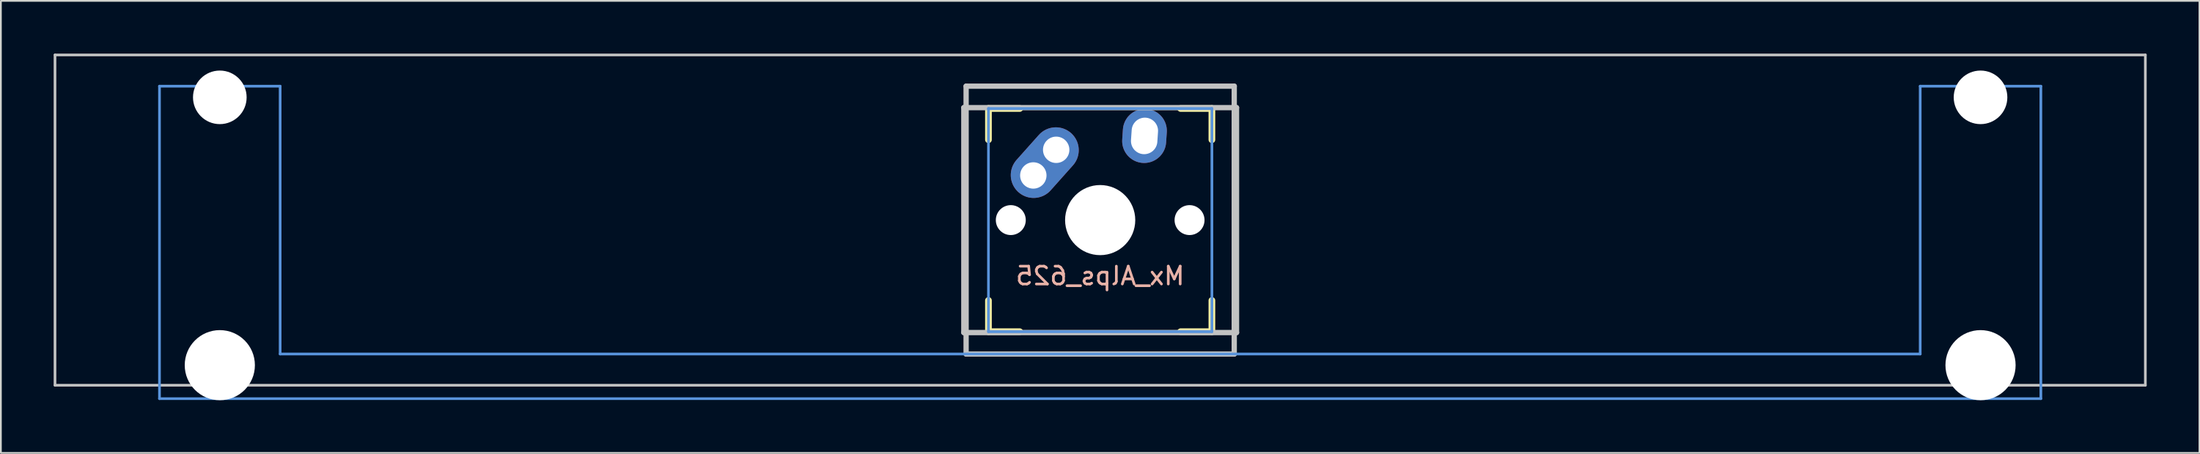
<source format=kicad_pcb>
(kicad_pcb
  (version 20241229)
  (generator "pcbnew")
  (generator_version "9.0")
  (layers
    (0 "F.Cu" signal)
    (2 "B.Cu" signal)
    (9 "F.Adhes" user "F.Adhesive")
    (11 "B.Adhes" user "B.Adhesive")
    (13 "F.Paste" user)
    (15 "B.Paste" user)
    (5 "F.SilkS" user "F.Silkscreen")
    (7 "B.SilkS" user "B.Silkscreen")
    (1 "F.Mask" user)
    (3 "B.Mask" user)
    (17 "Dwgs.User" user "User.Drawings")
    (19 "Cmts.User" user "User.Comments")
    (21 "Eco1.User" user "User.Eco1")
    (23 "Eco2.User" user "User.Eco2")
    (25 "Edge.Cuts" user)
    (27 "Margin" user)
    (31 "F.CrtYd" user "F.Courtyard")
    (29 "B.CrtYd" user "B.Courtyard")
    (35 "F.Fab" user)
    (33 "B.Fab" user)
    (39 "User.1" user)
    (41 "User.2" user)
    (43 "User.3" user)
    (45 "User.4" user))
  (footprint "Mx_Alps_625"
    (layer "F.Cu")
    (at 59.482 9.474)
    (property "Reference" "Mx_Alps_625" (at 0 3.175 0) (layer "B.SilkS") (effects (font (size 1.016 1.016) (thickness 0.152)) (justify mirror)))
    (attr through_hole)
    (fp_line (start -6.35 -6.35) (end -4.572 -6.35) (stroke (width 0.381) (type solid)) (layer "F.SilkS"))
    (fp_line (start -6.35 -4.572) (end -6.35 -6.35) (stroke (width 0.381) (type solid)) (layer "F.SilkS"))
    (fp_line (start -6.35 6.35) (end -6.35 4.572) (stroke (width 0.381) (type solid)) (layer "F.SilkS"))
    (fp_line (start -4.572 6.35) (end -6.35 6.35) (stroke (width 0.381) (type solid)) (layer "F.SilkS"))
    (fp_line (start 4.572 -6.35) (end 6.35 -6.35) (stroke (width 0.381) (type solid)) (layer "F.SilkS"))
    (fp_line (start 6.35 -6.35) (end 6.35 -4.572) (stroke (width 0.381) (type solid)) (layer "F.SilkS"))
    (fp_line (start 6.35 4.572) (end 6.35 6.35) (stroke (width 0.381) (type solid)) (layer "F.SilkS"))
    (fp_line (start 6.35 6.35) (end 4.572 6.35) (stroke (width 0.381) (type solid)) (layer "F.SilkS"))
    (fp_line (start -59.406 -9.398) (end 59.406 -9.398) (stroke (width 0.152) (type solid)) (layer "Dwgs.User"))
    (fp_line (start -59.406 9.398) (end -59.406 -9.398) (stroke (width 0.152) (type solid)) (layer "Dwgs.User"))
    (fp_line (start -7.75 6.4) (end -7.75 -6.4) (stroke (width 0.3) (type solid)) (layer "Dwgs.User"))
    (fp_line (start -7.75 6.4) (end 7.75 6.4) (stroke (width 0.3) (type solid)) (layer "Dwgs.User"))
    (fp_line (start -7.62 -7.62) (end 7.62 -7.62) (stroke (width 0.3) (type solid)) (layer "Dwgs.User"))
    (fp_line (start -7.62 7.62) (end -7.62 -7.62) (stroke (width 0.3) (type solid)) (layer "Dwgs.User"))
    (fp_line (start 7.62 -7.62) (end 7.62 7.62) (stroke (width 0.3) (type solid)) (layer "Dwgs.User"))
    (fp_line (start 7.62 7.62) (end -7.62 7.62) (stroke (width 0.3) (type solid)) (layer "Dwgs.User"))
    (fp_line (start 7.75 -6.4) (end -7.75 -6.4) (stroke (width 0.3) (type solid)) (layer "Dwgs.User"))
    (fp_line (start 7.75 6.4) (end 7.75 -6.4) (stroke (width 0.3) (type solid)) (layer "Dwgs.User"))
    (fp_line (start 59.406 -9.398) (end 59.406 9.398) (stroke (width 0.152) (type solid)) (layer "Dwgs.User"))
    (fp_line (start 59.406 9.398) (end -59.406 9.398) (stroke (width 0.152) (type solid)) (layer "Dwgs.User"))
    (fp_line (start -53.467 -7.62) (end -53.467 10.16) (stroke (width 0.152) (type solid)) (layer "Cmts.User"))
    (fp_line (start -53.467 10.16) (end 53.467 10.16) (stroke (width 0.152) (type solid)) (layer "Cmts.User"))
    (fp_line (start -46.609 -7.62) (end -53.467 -7.62) (stroke (width 0.152) (type solid)) (layer "Cmts.User"))
    (fp_line (start -46.609 7.62) (end -46.609 -7.62) (stroke (width 0.152) (type solid)) (layer "Cmts.User"))
    (fp_line (start -6.35 -6.35) (end 6.35 -6.35) (stroke (width 0.152) (type solid)) (layer "Cmts.User"))
    (fp_line (start -6.35 6.35) (end -6.35 -6.35) (stroke (width 0.152) (type solid)) (layer "Cmts.User"))
    (fp_line (start 6.35 -6.35) (end 6.35 6.35) (stroke (width 0.152) (type solid)) (layer "Cmts.User"))
    (fp_line (start 6.35 6.35) (end -6.35 6.35) (stroke (width 0.152) (type solid)) (layer "Cmts.User"))
    (fp_line (start 46.609 -7.62) (end 46.609 7.62) (stroke (width 0.152) (type solid)) (layer "Cmts.User"))
    (fp_line (start 46.609 7.62) (end -46.609 7.62) (stroke (width 0.152) (type solid)) (layer "Cmts.User"))
    (fp_line (start 53.467 -7.62) (end 46.609 -7.62) (stroke (width 0.152) (type solid)) (layer "Cmts.User"))
    (fp_line (start 53.467 10.16) (end 53.467 -7.62) (stroke (width 0.152) (type solid)) (layer "Cmts.User"))
    (fp_line (start -54.229 -2.286) (end -53.365 -2.286) (stroke (width 0.152) (type solid)) (layer "Eco2.User"))
    (fp_line (start -54.229 0.508) (end -54.229 -2.286) (stroke (width 0.152) (type solid)) (layer "Eco2.User"))
    (fp_line (start -53.365 -5.69) (end -46.711 -5.69) (stroke (width 0.152) (type solid)) (layer "Eco2.User"))
    (fp_line (start -53.365 -2.286) (end -53.365 -5.69) (stroke (width 0.152) (type solid)) (layer "Eco2.User"))
    (fp_line (start -53.365 0.508) (end -54.229 0.508) (stroke (width 0.152) (type solid)) (layer "Eco2.User"))
    (fp_line (start -53.365 6.604) (end -53.365 0.508) (stroke (width 0.152) (type solid)) (layer "Eco2.User"))
    (fp_line (start -52.324 6.604) (end -53.365 6.604) (stroke (width 0.152) (type solid)) (layer "Eco2.User"))
    (fp_line (start -52.324 7.772) (end -52.324 6.604) (stroke (width 0.152) (type solid)) (layer "Eco2.User"))
    (fp_line (start -47.752 6.604) (end -47.752 7.772) (stroke (width 0.152) (type solid)) (layer "Eco2.User"))
    (fp_line (start -47.752 7.772) (end -52.324 7.772) (stroke (width 0.152) (type solid)) (layer "Eco2.User"))
    (fp_line (start -46.711 -5.69) (end -46.711 -2.286) (stroke (width 0.152) (type solid)) (layer "Eco2.User"))
    (fp_line (start -46.711 -2.286) (end -6.985 -2.286) (stroke (width 0.152) (type solid)) (layer "Eco2.User"))
    (fp_line (start -46.711 2.286) (end -46.711 6.604) (stroke (width 0.152) (type solid)) (layer "Eco2.User"))
    (fp_line (start -46.711 6.604) (end -47.752 6.604) (stroke (width 0.152) (type solid)) (layer "Eco2.User"))
    (fp_line (start -6.985 -6.985) (end 6.985 -6.985) (stroke (width 0.152) (type solid)) (layer "Eco2.User"))
    (fp_line (start -6.985 -2.286) (end -6.985 -6.985) (stroke (width 0.152) (type solid)) (layer "Eco2.User"))
    (fp_line (start -6.985 2.286) (end -46.711 2.286) (stroke (width 0.152) (type solid)) (layer "Eco2.User"))
    (fp_line (start -6.985 6.985) (end -6.985 2.286) (stroke (width 0.152) (type solid)) (layer "Eco2.User"))
    (fp_line (start 6.985 -6.985) (end 6.985 -2.286) (stroke (width 0.152) (type solid)) (layer "Eco2.User"))
    (fp_line (start 6.985 -2.286) (end 46.711 -2.286) (stroke (width 0.152) (type solid)) (layer "Eco2.User"))
    (fp_line (start 6.985 2.286) (end 6.985 6.985) (stroke (width 0.152) (type solid)) (layer "Eco2.User"))
    (fp_line (start 6.985 6.985) (end -6.985 6.985) (stroke (width 0.152) (type solid)) (layer "Eco2.User"))
    (fp_line (start 46.711 -5.69) (end 53.365 -5.69) (stroke (width 0.152) (type solid)) (layer "Eco2.User"))
    (fp_line (start 46.711 -2.286) (end 46.711 -5.69) (stroke (width 0.152) (type solid)) (layer "Eco2.User"))
    (fp_line (start 46.711 2.286) (end 6.985 2.286) (stroke (width 0.152) (type solid)) (layer "Eco2.User"))
    (fp_line (start 46.711 6.604) (end 46.711 2.286) (stroke (width 0.152) (type solid)) (layer "Eco2.User"))
    (fp_line (start 47.752 6.604) (end 46.711 6.604) (stroke (width 0.152) (type solid)) (layer "Eco2.User"))
    (fp_line (start 47.752 7.772) (end 47.752 6.604) (stroke (width 0.152) (type solid)) (layer "Eco2.User"))
    (fp_line (start 52.324 6.604) (end 52.324 7.772) (stroke (width 0.152) (type solid)) (layer "Eco2.User"))
    (fp_line (start 52.324 7.772) (end 47.752 7.772) (stroke (width 0.152) (type solid)) (layer "Eco2.User"))
    (fp_line (start 53.365 -5.69) (end 53.365 -2.286) (stroke (width 0.152) (type solid)) (layer "Eco2.User"))
    (fp_line (start 53.365 -2.286) (end 54.229 -2.286) (stroke (width 0.152) (type solid)) (layer "Eco2.User"))
    (fp_line (start 53.365 0.508) (end 53.365 6.604) (stroke (width 0.152) (type solid)) (layer "Eco2.User"))
    (fp_line (start 53.365 6.604) (end 52.324 6.604) (stroke (width 0.152) (type solid)) (layer "Eco2.User"))
    (fp_line (start 54.229 -2.286) (end 54.229 0.508) (stroke (width 0.152) (type solid)) (layer "Eco2.User"))
    (fp_line (start 54.229 0.508) (end 53.365 0.508) (stroke (width 0.152) (type solid)) (layer "Eco2.User"))
    (pad "" np_thru_hole circle (at -50.038 -6.985) (size 3.048 3.048) (drill 3.048) (layers "*.Cu"))
    (pad "" np_thru_hole circle (at -50.038 8.255) (size 3.988 3.988) (drill 3.988) (layers "*.Cu"))
    (pad "" np_thru_hole circle (at -5.08 0) (size 1.702 1.702) (drill 1.702) (layers "*.Cu"))
    (pad "" np_thru_hole circle (at 0 0) (size 3.988 3.988) (drill 3.988) (layers "*.Cu"))
    (pad "" np_thru_hole circle (at 5.08 0) (size 1.702 1.702) (drill 1.702) (layers "*.Cu"))
    (pad "" np_thru_hole circle (at 50.038 -6.985) (size 3.048 3.048) (drill 3.048) (layers "*.Cu"))
    (pad "" np_thru_hole circle (at 50.038 8.255) (size 3.988 3.988) (drill 3.988) (layers "*.Cu"))
    (pad "1" thru_hole circle (at -3.8 -2.54) (size 2.377 2.377) (drill 1.5) (layers "*.Cu" "*.Mask"))
    (pad "1" smd oval (at -3.15 -3.27 48.3) (size 4.5 2.6) (layers "F.Cu" "F.Mask"))
    (pad "1" smd oval (at -3.15 -3.27 48.3) (size 4.5 2.6) (layers "B.Cu" "B.Mask"))
    (pad "1" thru_hole circle (at -2.5 -4) (size 2.377 2.377) (drill 1.5) (layers "*.Cu" "*.Mask"))
    (pad "2" thru_hole oval (at 2.52 -4.79 356.1) (size 2.5 3.08) (drill oval 1.5 2.08) (layers "*.Cu" "*.Mask")))
  (gr_rect
    (start -3 -3)
    (end 121.963 22.723)
    (stroke (width 0.1) (type default))
    (fill no)
    (layer "Edge.Cuts")))
</source>
